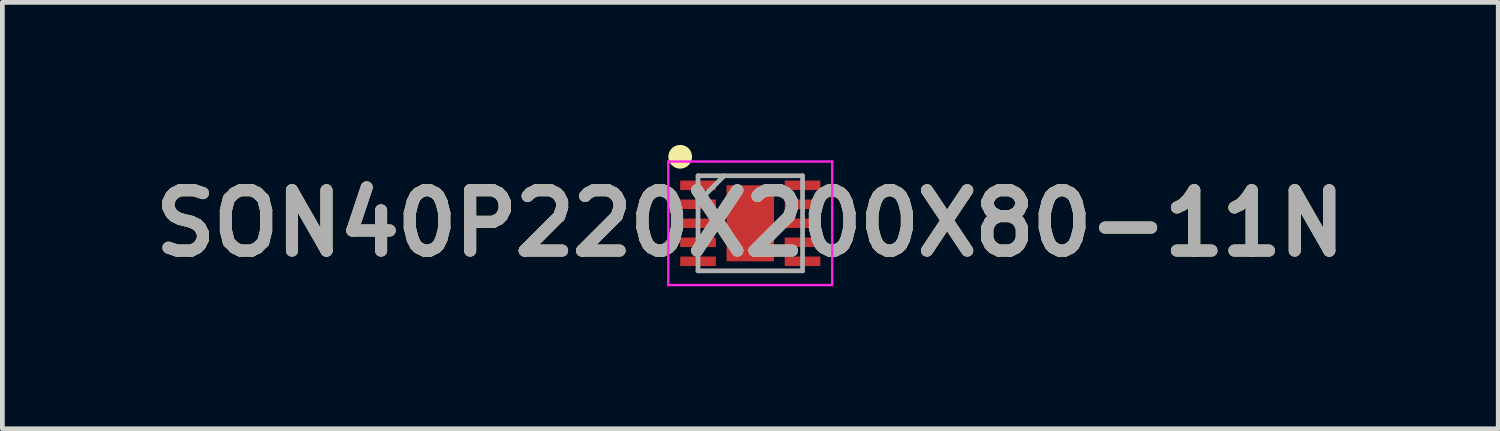
<source format=kicad_pcb>
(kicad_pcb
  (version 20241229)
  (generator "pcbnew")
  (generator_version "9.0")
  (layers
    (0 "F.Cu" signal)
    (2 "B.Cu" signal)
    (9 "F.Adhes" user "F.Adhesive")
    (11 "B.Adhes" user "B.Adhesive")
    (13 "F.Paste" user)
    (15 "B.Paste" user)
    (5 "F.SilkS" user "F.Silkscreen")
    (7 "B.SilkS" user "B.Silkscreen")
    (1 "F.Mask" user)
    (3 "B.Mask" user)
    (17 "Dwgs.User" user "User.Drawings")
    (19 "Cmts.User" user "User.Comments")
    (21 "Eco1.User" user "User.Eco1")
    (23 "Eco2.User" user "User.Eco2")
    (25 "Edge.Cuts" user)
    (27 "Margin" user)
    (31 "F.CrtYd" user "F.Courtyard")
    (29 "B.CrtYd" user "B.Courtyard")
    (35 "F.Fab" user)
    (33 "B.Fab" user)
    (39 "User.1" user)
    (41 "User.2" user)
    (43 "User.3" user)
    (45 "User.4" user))
  (footprint "SON40P220X200X80-11N"
    (layer "F.Cu")
    (at 12.742 1.65)
    (property "Reference" "SON40P220X200X80-11N" (at 0 0 0) (layer "F.SilkS") (effects (font (size 1.27 1.27) (thickness 0.254))))
    (attr smd)
    (fp_circle (center -1.475 -1.4) (end -1.475 -1.275) (stroke (width 0.25) (type solid)) (fill no) (layer "F.SilkS"))
    (fp_line (start -1.725 -1.3) (end 1.725 -1.3) (stroke (width 0.05) (type solid)) (layer "F.CrtYd"))
    (fp_line (start -1.725 1.3) (end -1.725 -1.3) (stroke (width 0.05) (type solid)) (layer "F.CrtYd"))
    (fp_line (start 1.725 -1.3) (end 1.725 1.3) (stroke (width 0.05) (type solid)) (layer "F.CrtYd"))
    (fp_line (start 1.725 1.3) (end -1.725 1.3) (stroke (width 0.05) (type solid)) (layer "F.CrtYd"))
    (fp_line (start -1.1 -1) (end 1.1 -1) (stroke (width 0.1) (type solid)) (layer "F.Fab"))
    (fp_line (start -1.1 -0.45) (end -0.55 -1) (stroke (width 0.1) (type solid)) (layer "F.Fab"))
    (fp_line (start -1.1 1) (end -1.1 -1) (stroke (width 0.1) (type solid)) (layer "F.Fab"))
    (fp_line (start 1.1 -1) (end 1.1 1) (stroke (width 0.1) (type solid)) (layer "F.Fab"))
    (fp_line (start 1.1 1) (end -1.1 1) (stroke (width 0.1) (type solid)) (layer "F.Fab"))
    (fp_text user "${REFERENCE}" (at 0 0 0) (layer "F.Fab") (effects (font (size 1.27 1.27) (thickness 0.254))))
    (pad "1" smd rect (at -1.1 -0.8 90) (size 0.2 0.75) (layers "F.Cu" "F.Mask" "F.Paste"))
    (pad "2" smd rect (at -1.1 -0.4 90) (size 0.2 0.75) (layers "F.Cu" "F.Mask" "F.Paste"))
    (pad "3" smd rect (at -1.1 0 90) (size 0.2 0.75) (layers "F.Cu" "F.Mask" "F.Paste"))
    (pad "4" smd rect (at -1.1 0.4 90) (size 0.2 0.75) (layers "F.Cu" "F.Mask" "F.Paste"))
    (pad "5" smd rect (at -1.1 0.8 90) (size 0.2 0.75) (layers "F.Cu" "F.Mask" "F.Paste"))
    (pad "6" smd rect (at 1.1 0.8 90) (size 0.2 0.75) (layers "F.Cu" "F.Mask" "F.Paste"))
    (pad "7" smd rect (at 1.1 0.4 90) (size 0.2 0.75) (layers "F.Cu" "F.Mask" "F.Paste"))
    (pad "8" smd rect (at 1.1 0 90) (size 0.2 0.75) (layers "F.Cu" "F.Mask" "F.Paste"))
    (pad "9" smd rect (at 1.1 -0.4 90) (size 0.2 0.75) (layers "F.Cu" "F.Mask" "F.Paste"))
    (pad "10" smd rect (at 1.1 -0.8 90) (size 0.2 0.75) (layers "F.Cu" "F.Mask" "F.Paste"))
    (pad "11" smd rect (at 0 0) (size 1 1.6) (layers "F.Cu" "F.Mask" "F.Paste")))
  (gr_rect
    (start -3 -3)
    (end 28.485 5.975)
    (stroke (width 0.1) (type default))
    (fill no)
    (layer "Edge.Cuts")))
</source>
